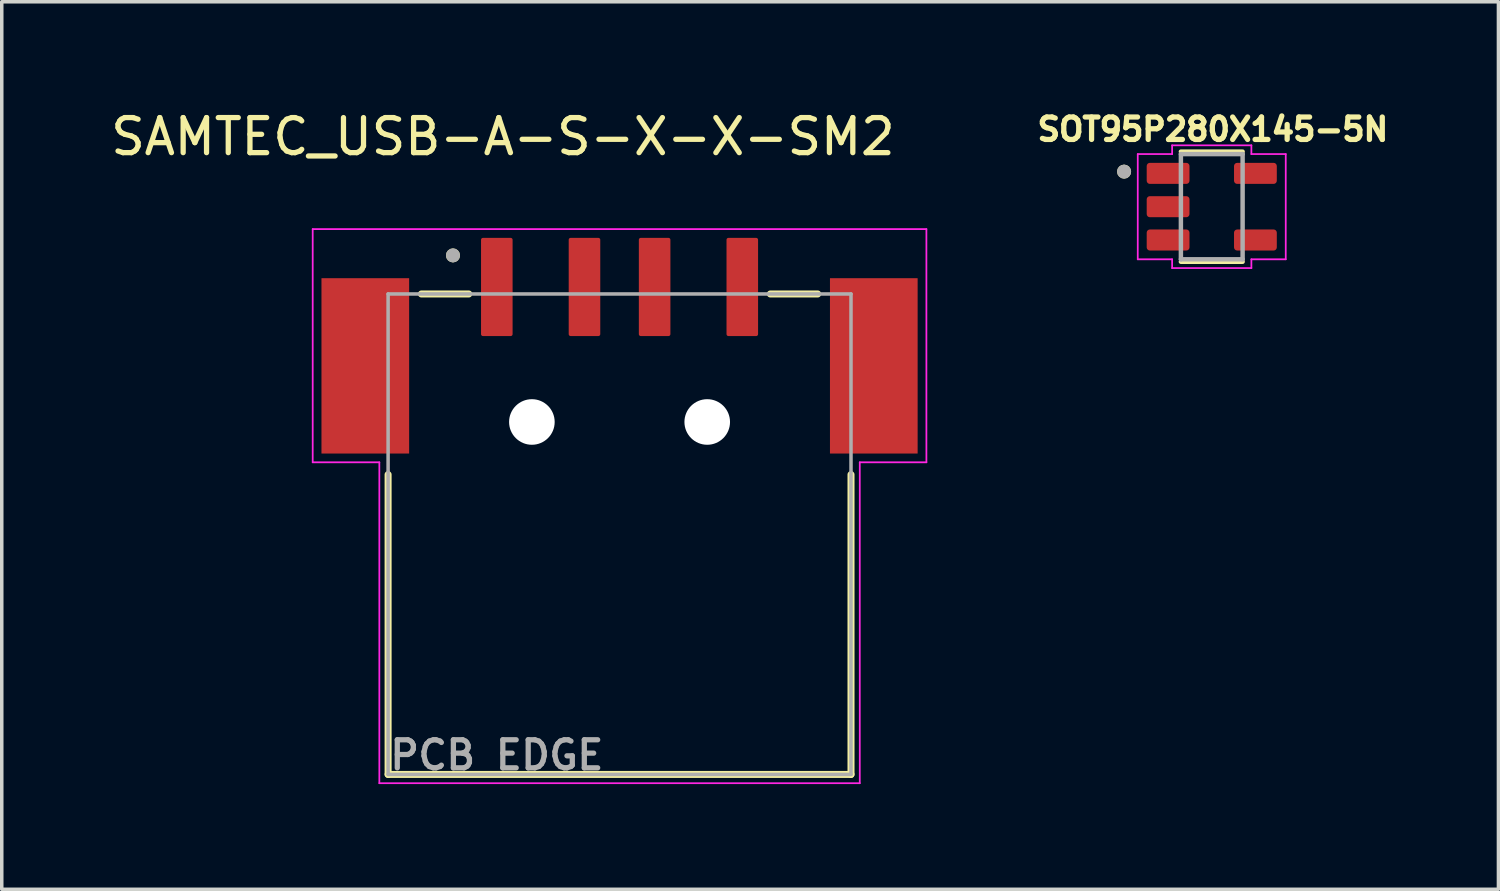
<source format=kicad_pcb>
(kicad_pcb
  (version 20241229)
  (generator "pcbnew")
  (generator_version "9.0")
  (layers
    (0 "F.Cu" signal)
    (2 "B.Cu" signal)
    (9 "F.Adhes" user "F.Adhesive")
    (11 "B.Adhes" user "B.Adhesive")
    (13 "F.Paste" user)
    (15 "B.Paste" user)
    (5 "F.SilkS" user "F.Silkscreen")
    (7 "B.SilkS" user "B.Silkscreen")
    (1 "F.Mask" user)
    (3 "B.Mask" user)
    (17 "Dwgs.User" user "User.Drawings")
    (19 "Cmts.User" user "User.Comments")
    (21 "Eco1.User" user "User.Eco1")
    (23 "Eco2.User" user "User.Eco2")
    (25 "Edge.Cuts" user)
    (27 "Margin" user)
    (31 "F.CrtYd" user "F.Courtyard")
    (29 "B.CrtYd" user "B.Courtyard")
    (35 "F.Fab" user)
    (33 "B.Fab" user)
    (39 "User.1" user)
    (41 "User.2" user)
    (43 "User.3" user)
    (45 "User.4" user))
  (footprint "SAMTEC_USB-A-S-X-X-SM2"
    (layer "F.Cu")
    (at 14.617 8.983)
    (property "Reference" "SAMTEC_USB-A-S-X-X-SM2" (at -3.325 -8.135 0) (layer "F.SilkS") (effects (font (size 1 1) (thickness 0.15))))
    (attr through_hole)
    (fp_line (start -6.6 10.05) (end -6.6 1.5) (stroke (width 0.2) (type solid)) (layer "F.SilkS"))
    (fp_line (start -5.65 -3.65) (end -4.3 -3.65) (stroke (width 0.2) (type solid)) (layer "F.SilkS"))
    (fp_line (start 4.3 -3.65) (end 5.65 -3.65) (stroke (width 0.2) (type solid)) (layer "F.SilkS"))
    (fp_line (start 6.6 1.5) (end 6.6 10.05) (stroke (width 0.2) (type solid)) (layer "F.SilkS"))
    (fp_line (start 6.6 10.05) (end -6.6 10.05) (stroke (width 0.2) (type solid)) (layer "F.SilkS"))
    (fp_circle (center -4.75 -4.75) (end -4.65 -4.75) (stroke (width 0.2) (type solid)) (fill no) (layer "F.SilkS"))
    (fp_line (start -8.75 -5.5) (end 8.75 -5.5) (stroke (width 0.05) (type solid)) (layer "F.CrtYd"))
    (fp_line (start -8.75 1.15) (end -8.75 -5.5) (stroke (width 0.05) (type solid)) (layer "F.CrtYd"))
    (fp_line (start -6.85 1.15) (end -8.75 1.15) (stroke (width 0.05) (type solid)) (layer "F.CrtYd"))
    (fp_line (start -6.85 10.3) (end -6.85 1.15) (stroke (width 0.05) (type solid)) (layer "F.CrtYd"))
    (fp_line (start 6.85 1.15) (end 6.85 10.3) (stroke (width 0.05) (type solid)) (layer "F.CrtYd"))
    (fp_line (start 6.85 10.3) (end -6.85 10.3) (stroke (width 0.05) (type solid)) (layer "F.CrtYd"))
    (fp_line (start 8.75 -5.5) (end 8.75 1.15) (stroke (width 0.05) (type solid)) (layer "F.CrtYd"))
    (fp_line (start 8.75 1.15) (end 6.85 1.15) (stroke (width 0.05) (type solid)) (layer "F.CrtYd"))
    (fp_line (start -6.6 -3.65) (end 6.6 -3.65) (stroke (width 0.1) (type solid)) (layer "F.Fab"))
    (fp_line (start -6.6 10.05) (end -6.6 -3.65) (stroke (width 0.1) (type solid)) (layer "F.Fab"))
    (fp_line (start 6.6 -3.65) (end 6.6 10.05) (stroke (width 0.1) (type solid)) (layer "F.Fab"))
    (fp_line (start 6.6 10.05) (end -6.6 10.05) (stroke (width 0.1) (type solid)) (layer "F.Fab"))
    (fp_circle (center -4.75 -4.75) (end -4.65 -4.75) (stroke (width 0.2) (type solid)) (fill no) (layer "F.Fab"))
    (fp_text user "PCB EDGE" (at -3.5 9.5 0) (layer "F.Fab") (effects (font (size 0.8 0.8) (thickness 0.15))))
    (pad "" np_thru_hole circle (at -2.5 0) (size 1.3 1.3) (drill 1.3) (layers "*.Cu" "*.Mask"))
    (pad "" np_thru_hole circle (at 2.5 0) (size 1.3 1.3) (drill 1.3) (layers "*.Cu" "*.Mask"))
    (pad "01" smd roundrect (at -3.5 -3.85) (size 0.9 2.8) (layers "F.Cu" "F.Mask" "F.Paste") (roundrect_rratio 0.06))
    (pad "02" smd roundrect (at -1 -3.85) (size 0.9 2.8) (layers "F.Cu" "F.Mask" "F.Paste") (roundrect_rratio 0.06))
    (pad "03" smd roundrect (at 1 -3.85) (size 0.9 2.8) (layers "F.Cu" "F.Mask" "F.Paste") (roundrect_rratio 0.06))
    (pad "04" smd roundrect (at 3.5 -3.85) (size 0.9 2.8) (layers "F.Cu" "F.Mask" "F.Paste") (roundrect_rratio 0.06))
    (pad "S1" smd rect (at -7.25 -1.6) (size 2.5 5) (layers "F.Cu" "F.Mask" "F.Paste"))
    (pad "S2" smd rect (at 7.25 -1.6) (size 2.5 5) (layers "F.Cu" "F.Mask" "F.Paste")))
  (footprint "SOT95P280X145-5N"
    (layer "F.Cu")
    (at 31.504 2.844)
    (property "Reference" "SOT95P280X145-5N" (at 0.032 -2.206 0) (layer "F.SilkS") (effects (font (size 0.64 0.64) (thickness 0.15))))
    (attr through_hole)
    (fp_line (start -0.88 -1.57) (end 0.88 -1.57) (stroke (width 0.127) (type solid)) (layer "F.SilkS"))
    (fp_line (start -0.88 1.57) (end 0.88 1.57) (stroke (width 0.127) (type solid)) (layer "F.SilkS"))
    (fp_circle (center -2.5 -1) (end -2.4 -1) (stroke (width 0.2) (type solid)) (fill no) (layer "F.SilkS"))
    (fp_line (start -2.11 -1.5) (end -2.11 1.5) (stroke (width 0.05) (type solid)) (layer "F.CrtYd"))
    (fp_line (start -2.11 -1.5) (end -1.13 -1.5) (stroke (width 0.05) (type solid)) (layer "F.CrtYd"))
    (fp_line (start -1.13 -1.75) (end 1.13 -1.75) (stroke (width 0.05) (type solid)) (layer "F.CrtYd"))
    (fp_line (start -1.13 -1.5) (end -1.13 -1.75) (stroke (width 0.05) (type solid)) (layer "F.CrtYd"))
    (fp_line (start -1.13 1.5) (end -2.11 1.5) (stroke (width 0.05) (type solid)) (layer "F.CrtYd"))
    (fp_line (start -1.13 1.75) (end -1.13 1.5) (stroke (width 0.05) (type solid)) (layer "F.CrtYd"))
    (fp_line (start 1.13 -1.75) (end 1.13 -1.5) (stroke (width 0.05) (type solid)) (layer "F.CrtYd"))
    (fp_line (start 1.13 -1.5) (end 2.11 -1.5) (stroke (width 0.05) (type solid)) (layer "F.CrtYd"))
    (fp_line (start 1.13 1.5) (end 1.13 1.75) (stroke (width 0.05) (type solid)) (layer "F.CrtYd"))
    (fp_line (start 1.13 1.75) (end -1.13 1.75) (stroke (width 0.05) (type solid)) (layer "F.CrtYd"))
    (fp_line (start 2.11 1.5) (end 1.13 1.5) (stroke (width 0.05) (type solid)) (layer "F.CrtYd"))
    (fp_line (start 2.11 1.5) (end 2.11 -1.5) (stroke (width 0.05) (type solid)) (layer "F.CrtYd"))
    (fp_line (start -0.88 -1.5) (end 0.88 -1.5) (stroke (width 0.127) (type solid)) (layer "F.Fab"))
    (fp_line (start -0.88 1.5) (end -0.88 -1.5) (stroke (width 0.127) (type solid)) (layer "F.Fab"))
    (fp_line (start 0.88 -1.5) (end 0.88 1.5) (stroke (width 0.127) (type solid)) (layer "F.Fab"))
    (fp_line (start 0.88 1.5) (end -0.88 1.5) (stroke (width 0.127) (type solid)) (layer "F.Fab"))
    (fp_circle (center -2.5 -1) (end -2.4 -1) (stroke (width 0.2) (type solid)) (fill no) (layer "F.Fab"))
    (pad "1" smd roundrect (at -1.245 -0.95) (size 1.22 0.6) (layers "F.Cu" "F.Mask" "F.Paste") (roundrect_rratio 0.15))
    (pad "2" smd roundrect (at -1.245 0) (size 1.22 0.6) (layers "F.Cu" "F.Mask" "F.Paste") (roundrect_rratio 0.15))
    (pad "3" smd roundrect (at -1.245 0.95) (size 1.22 0.6) (layers "F.Cu" "F.Mask" "F.Paste") (roundrect_rratio 0.15))
    (pad "4" smd roundrect (at 1.245 0.95) (size 1.22 0.6) (layers "F.Cu" "F.Mask" "F.Paste") (roundrect_rratio 0.15))
    (pad "5" smd roundrect (at 1.245 -0.95) (size 1.22 0.6) (layers "F.Cu" "F.Mask" "F.Paste") (roundrect_rratio 0.15)))
  (gr_rect
    (start -3 -3)
    (end 39.679 22.308)
    (stroke (width 0.1) (type default))
    (fill no)
    (layer "Edge.Cuts")))
</source>
